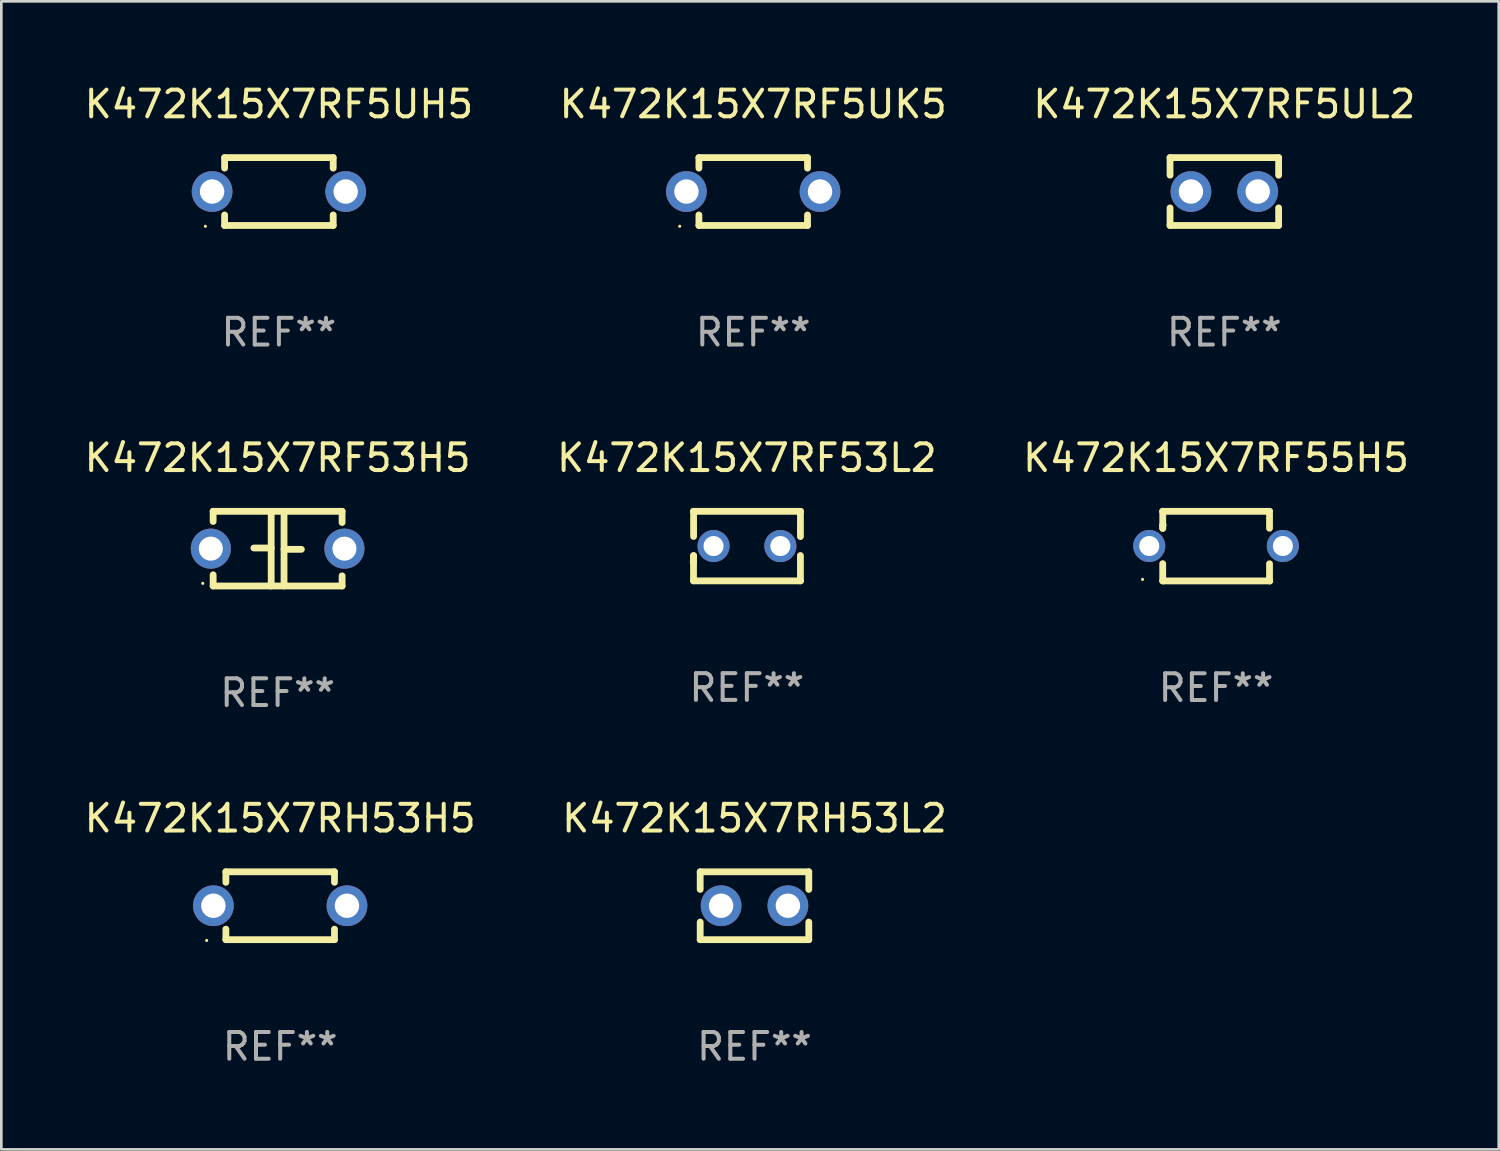
<source format=kicad_pcb>
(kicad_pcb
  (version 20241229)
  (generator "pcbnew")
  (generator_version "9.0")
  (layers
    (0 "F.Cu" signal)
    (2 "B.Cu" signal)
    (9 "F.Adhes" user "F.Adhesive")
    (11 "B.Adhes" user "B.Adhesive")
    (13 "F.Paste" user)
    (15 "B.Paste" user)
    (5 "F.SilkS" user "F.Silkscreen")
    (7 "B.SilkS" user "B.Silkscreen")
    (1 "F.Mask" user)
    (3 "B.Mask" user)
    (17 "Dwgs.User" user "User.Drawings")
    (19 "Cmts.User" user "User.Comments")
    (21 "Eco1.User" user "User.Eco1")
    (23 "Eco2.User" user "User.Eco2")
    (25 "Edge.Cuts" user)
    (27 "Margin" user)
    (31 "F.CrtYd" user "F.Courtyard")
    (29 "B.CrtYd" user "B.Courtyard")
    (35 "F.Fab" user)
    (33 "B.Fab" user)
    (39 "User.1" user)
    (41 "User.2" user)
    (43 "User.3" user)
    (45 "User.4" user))
  (footprint "K472K15X7RH53L2"
    (layer "F.Cu")
    (at 25.185 30.845)
    (property "Reference" "K472K15X7RH53L2" (at 0 -3.27 0) (layer "F.SilkS") (effects (font (size 1 1) (thickness 0.15))))
    (attr through_hole)
    (fp_line (start -2.032 -1.27) (end -2.032 -0.611) (stroke (width 0.254) (type solid)) (layer "F.SilkS"))
    (fp_line (start -2.032 0.611) (end -2.032 1.27) (stroke (width 0.254) (type solid)) (layer "F.SilkS"))
    (fp_line (start -2.032 1.27) (end 2.032 1.27) (stroke (width 0.254) (type solid)) (layer "F.SilkS"))
    (fp_line (start 2.032 -1.27) (end -2.032 -1.27) (stroke (width 0.254) (type solid)) (layer "F.SilkS"))
    (fp_line (start 2.032 -0.611) (end 2.032 -1.27) (stroke (width 0.254) (type solid)) (layer "F.SilkS"))
    (fp_line (start 2.032 1.27) (end 2.032 0.611) (stroke (width 0.254) (type solid)) (layer "F.SilkS"))
    (fp_circle (center -2 1.3) (end -1.97 1.3) (stroke (width 0.06) (type solid)) (fill no) (layer "F.SilkS"))
    (fp_text user "REF**" (at 0 5.27 0) (layer "F.Fab") (effects (font (size 1 1) (thickness 0.15))))
    (pad "1" thru_hole circle (at -1.25 0) (size 1.524 1.524) (drill 0.914) (layers "*.Cu" "*.Mask"))
    (pad "2" thru_hole circle (at 1.25 0) (size 1.524 1.524) (drill 0.914) (layers "*.Cu" "*.Mask")))
  (footprint "K472K15X7RF53H5"
    (layer "F.Cu")
    (at 7.339 17.482)
    (property "Reference" "K472K15X7RF53H5" (at 0 -3.397 0) (layer "F.SilkS") (effects (font (size 1 1) (thickness 0.15))))
    (attr through_hole)
    (fp_line (start -2.413 -1.397) (end 2.413 -1.397) (stroke (width 0.254) (type solid)) (layer "F.SilkS"))
    (fp_line (start -2.413 -1.016) (end -2.413 -1.397) (stroke (width 0.254) (type solid)) (layer "F.SilkS"))
    (fp_line (start -2.413 0.977) (end -2.413 1.397) (stroke (width 0.254) (type solid)) (layer "F.SilkS"))
    (fp_line (start -0.24 -0.025) (end -0.889 -0.025) (stroke (width 0.254) (type solid)) (layer "F.SilkS"))
    (fp_line (start -0.24 1.397) (end -0.24 -1.397) (stroke (width 0.254) (type solid)) (layer "F.SilkS"))
    (fp_line (start 0.24 -1.397) (end 0.24 1.397) (stroke (width 0.254) (type solid)) (layer "F.SilkS"))
    (fp_line (start 0.24 0.025) (end 0.889 0.025) (stroke (width 0.254) (type solid)) (layer "F.SilkS"))
    (fp_line (start 2.413 -0.977) (end 2.413 -1.397) (stroke (width 0.254) (type solid)) (layer "F.SilkS"))
    (fp_line (start 2.413 1.016) (end 2.413 1.397) (stroke (width 0.254) (type solid)) (layer "F.SilkS"))
    (fp_line (start 2.413 1.397) (end -2.413 1.397) (stroke (width 0.254) (type solid)) (layer "F.SilkS"))
    (fp_circle (center -2.8 1.3) (end -2.77 1.3) (stroke (width 0.06) (type solid)) (fill no) (layer "F.SilkS"))
    (fp_text user "REF**" (at 0 5.397 0) (layer "F.Fab") (effects (font (size 1 1) (thickness 0.15))))
    (pad "1" thru_hole circle (at -2.5 0) (size 1.5 1.5) (drill 0.9) (layers "*.Cu" "*.Mask"))
    (pad "2" thru_hole circle (at 2.5 0) (size 1.5 1.5) (drill 0.9) (layers "*.Cu" "*.Mask")))
  (footprint "K472K15X7RF53L2"
    (layer "F.Cu")
    (at 24.899 17.386)
    (property "Reference" "K472K15X7RF53L2" (at 0 -3.301 0) (layer "F.SilkS") (effects (font (size 1 1) (thickness 0.15))))
    (attr through_hole)
    (fp_line (start -1.996 0.354) (end -1.996 1.301) (stroke (width 0.254) (type solid)) (layer "F.SilkS"))
    (fp_line (start -1.996 1.301) (end 2.002 1.301) (stroke (width 0.254) (type solid)) (layer "F.SilkS"))
    (fp_line (start -1.993 -1.299) (end -1.993 -0.36) (stroke (width 0.254) (type solid)) (layer "F.SilkS"))
    (fp_line (start -1.993 0.358) (end -1.993 0.599) (stroke (width 0.254) (type solid)) (layer "F.SilkS"))
    (fp_line (start -1.993 0.599) (end -2.005 0.61) (stroke (width 0.254) (type solid)) (layer "F.SilkS"))
    (fp_line (start -1.992 -1.301) (end -1.993 -1.299) (stroke (width 0.254) (type solid)) (layer "F.SilkS"))
    (fp_line (start 2.002 1.301) (end 2.005 1.298) (stroke (width 0.254) (type solid)) (layer "F.SilkS"))
    (fp_line (start 2.003 -1.301) (end -1.992 -1.301) (stroke (width 0.254) (type solid)) (layer "F.SilkS"))
    (fp_line (start 2.005 -1.299) (end 2.003 -1.301) (stroke (width 0.254) (type solid)) (layer "F.SilkS"))
    (fp_line (start 2.005 -0.355) (end 2.005 -1.299) (stroke (width 0.254) (type solid)) (layer "F.SilkS"))
    (fp_line (start 2.005 1.298) (end 2.005 0.352) (stroke (width 0.254) (type solid)) (layer "F.SilkS"))
    (fp_circle (center -1.996 1.299) (end -1.966 1.299) (stroke (width 0.06) (type solid)) (fill no) (layer "F.SilkS"))
    (fp_text user "REF**" (at 0 5.301 0) (layer "F.Fab") (effects (font (size 1 1) (thickness 0.15))))
    (pad "1" thru_hole circle (at -1.246 -0.001) (size 1.2 1.2) (drill 0.75) (layers "*.Cu" "*.Mask"))
    (pad "2" thru_hole circle (at 1.255 -0.001) (size 1.2 1.2) (drill 0.75) (layers "*.Cu" "*.Mask")))
  (footprint "K472K15X7RF5UL2"
    (layer "F.Cu")
    (at 42.768 4.118)
    (property "Reference" "K472K15X7RF5UL2" (at 0 -3.27 0) (layer "F.SilkS") (effects (font (size 1 1) (thickness 0.15))))
    (attr through_hole)
    (fp_line (start -2.032 -1.27) (end -2.032 -0.611) (stroke (width 0.254) (type solid)) (layer "F.SilkS"))
    (fp_line (start -2.032 0.611) (end -2.032 1.27) (stroke (width 0.254) (type solid)) (layer "F.SilkS"))
    (fp_line (start -2.032 1.27) (end 2.032 1.27) (stroke (width 0.254) (type solid)) (layer "F.SilkS"))
    (fp_line (start 2.032 -1.27) (end -2.032 -1.27) (stroke (width 0.254) (type solid)) (layer "F.SilkS"))
    (fp_line (start 2.032 -0.611) (end 2.032 -1.27) (stroke (width 0.254) (type solid)) (layer "F.SilkS"))
    (fp_line (start 2.032 1.27) (end 2.032 0.611) (stroke (width 0.254) (type solid)) (layer "F.SilkS"))
    (fp_circle (center -2 1.3) (end -1.97 1.3) (stroke (width 0.06) (type solid)) (fill no) (layer "F.SilkS"))
    (fp_text user "REF**" (at 0 5.27 0) (layer "F.Fab") (effects (font (size 1 1) (thickness 0.15))))
    (pad "1" thru_hole circle (at -1.25 0) (size 1.524 1.524) (drill 0.914) (layers "*.Cu" "*.Mask"))
    (pad "2" thru_hole circle (at 1.25 0) (size 1.524 1.524) (drill 0.914) (layers "*.Cu" "*.Mask")))
  (footprint "K472K15X7RH53H5"
    (layer "F.Cu")
    (at 7.435 30.845)
    (property "Reference" "K472K15X7RH53H5" (at 0 -3.27 0) (layer "F.SilkS") (effects (font (size 1 1) (thickness 0.15))))
    (attr through_hole)
    (fp_line (start -2.032 -1.27) (end -2.032 -0.876) (stroke (width 0.254) (type solid)) (layer "F.SilkS"))
    (fp_line (start -2.032 0.876) (end -2.032 1.27) (stroke (width 0.254) (type solid)) (layer "F.SilkS"))
    (fp_line (start -2.032 1.27) (end 2.032 1.27) (stroke (width 0.254) (type solid)) (layer "F.SilkS"))
    (fp_line (start 2.032 -1.27) (end -2.032 -1.27) (stroke (width 0.254) (type solid)) (layer "F.SilkS"))
    (fp_line (start 2.032 -0.876) (end 2.032 -1.27) (stroke (width 0.254) (type solid)) (layer "F.SilkS"))
    (fp_line (start 2.032 1.27) (end 2.032 0.876) (stroke (width 0.254) (type solid)) (layer "F.SilkS"))
    (fp_circle (center -2.751 1.3) (end -2.721 1.3) (stroke (width 0.06) (type solid)) (fill no) (layer "F.SilkS"))
    (fp_text user "REF**" (at 0 5.27 0) (layer "F.Fab") (effects (font (size 1 1) (thickness 0.15))))
    (pad "1" thru_hole circle (at -2.5 0) (size 1.524 1.524) (drill 0.914) (layers "*.Cu" "*.Mask"))
    (pad "2" thru_hole circle (at 2.5 0) (size 1.524 1.524) (drill 0.914) (layers "*.Cu" "*.Mask")))
  (footprint "K472K15X7RF5UK5"
    (layer "F.Cu")
    (at 25.137 4.118)
    (property "Reference" "K472K15X7RF5UK5" (at 0 -3.27 0) (layer "F.SilkS") (effects (font (size 1 1) (thickness 0.15))))
    (attr through_hole)
    (fp_line (start -2.032 -1.27) (end -2.032 -0.876) (stroke (width 0.254) (type solid)) (layer "F.SilkS"))
    (fp_line (start -2.032 0.876) (end -2.032 1.27) (stroke (width 0.254) (type solid)) (layer "F.SilkS"))
    (fp_line (start -2.032 1.27) (end 2.032 1.27) (stroke (width 0.254) (type solid)) (layer "F.SilkS"))
    (fp_line (start 2.032 -1.27) (end -2.032 -1.27) (stroke (width 0.254) (type solid)) (layer "F.SilkS"))
    (fp_line (start 2.032 -0.876) (end 2.032 -1.27) (stroke (width 0.254) (type solid)) (layer "F.SilkS"))
    (fp_line (start 2.032 1.27) (end 2.032 0.876) (stroke (width 0.254) (type solid)) (layer "F.SilkS"))
    (fp_circle (center -2.751 1.3) (end -2.721 1.3) (stroke (width 0.06) (type solid)) (fill no) (layer "F.SilkS"))
    (fp_text user "REF**" (at 0 5.27 0) (layer "F.Fab") (effects (font (size 1 1) (thickness 0.15))))
    (pad "1" thru_hole circle (at -2.5 0) (size 1.524 1.524) (drill 0.914) (layers "*.Cu" "*.Mask"))
    (pad "2" thru_hole circle (at 2.5 0) (size 1.524 1.524) (drill 0.914) (layers "*.Cu" "*.Mask")))
  (footprint "K472K15X7RF55H5"
    (layer "F.Cu")
    (at 42.458 17.388)
    (property "Reference" "K472K15X7RF55H5" (at 0 -3.303 0) (layer "F.SilkS") (effects (font (size 1 1) (thickness 0.15))))
    (attr through_hole)
    (fp_line (start -1.996 -0.782) (end -1.983 -0.795) (stroke (width 0.254) (type solid)) (layer "F.SilkS"))
    (fp_line (start -1.996 -0.665) (end -1.996 -0.782) (stroke (width 0.254) (type solid)) (layer "F.SilkS"))
    (fp_line (start -1.996 1.297) (end -1.996 0.655) (stroke (width 0.254) (type solid)) (layer "F.SilkS"))
    (fp_line (start -1.996 -1.303) (end 2.001 -1.303) (stroke (width 0.254) (type solid)) (layer "F.SilkS"))
    (fp_line (start -1.995 -1.303) (end -1.996 -1.303) (stroke (width 0.254) (type solid)) (layer "F.SilkS"))
    (fp_line (start -1.995 -0.664) (end -1.995 -1.303) (stroke (width 0.254) (type solid)) (layer "F.SilkS"))
    (fp_line (start -1.99 1.303) (end -1.996 1.297) (stroke (width 0.254) (type solid)) (layer "F.SilkS"))
    (fp_line (start 2.001 -1.303) (end 2.001 -0.669) (stroke (width 0.254) (type solid)) (layer "F.SilkS"))
    (fp_line (start 2.001 0.659) (end 2.001 1.297) (stroke (width 0.254) (type solid)) (layer "F.SilkS"))
    (fp_line (start 2.001 1.297) (end 2.008 1.303) (stroke (width 0.254) (type solid)) (layer "F.SilkS"))
    (fp_line (start 2.008 1.303) (end -1.99 1.303) (stroke (width 0.254) (type solid)) (layer "F.SilkS"))
    (fp_circle (center -2.75 1.245) (end -2.72 1.245) (stroke (width 0.06) (type solid)) (fill no) (layer "F.SilkS"))
    (fp_text user "REF**" (at 0 5.303 0) (layer "F.Fab") (effects (font (size 1 1) (thickness 0.15))))
    (pad "1" thru_hole circle (at -2.5 -0.005) (size 1.2 1.2) (drill 0.75) (layers "*.Cu" "*.Mask"))
    (pad "2" thru_hole circle (at 2.5 -0.005) (size 1.2 1.2) (drill 0.75) (layers "*.Cu" "*.Mask")))
  (footprint "K472K15X7RF5UH5"
    (layer "F.Cu")
    (at 7.387 4.118)
    (property "Reference" "K472K15X7RF5UH5" (at 0 -3.27 0) (layer "F.SilkS") (effects (font (size 1 1) (thickness 0.15))))
    (attr through_hole)
    (fp_line (start -2.032 -1.27) (end -2.032 -0.876) (stroke (width 0.254) (type solid)) (layer "F.SilkS"))
    (fp_line (start -2.032 0.876) (end -2.032 1.27) (stroke (width 0.254) (type solid)) (layer "F.SilkS"))
    (fp_line (start -2.032 1.27) (end 2.032 1.27) (stroke (width 0.254) (type solid)) (layer "F.SilkS"))
    (fp_line (start 2.032 -1.27) (end -2.032 -1.27) (stroke (width 0.254) (type solid)) (layer "F.SilkS"))
    (fp_line (start 2.032 -0.876) (end 2.032 -1.27) (stroke (width 0.254) (type solid)) (layer "F.SilkS"))
    (fp_line (start 2.032 1.27) (end 2.032 0.876) (stroke (width 0.254) (type solid)) (layer "F.SilkS"))
    (fp_circle (center -2.751 1.3) (end -2.721 1.3) (stroke (width 0.06) (type solid)) (fill no) (layer "F.SilkS"))
    (fp_text user "REF**" (at 0 5.27 0) (layer "F.Fab") (effects (font (size 1 1) (thickness 0.15))))
    (pad "1" thru_hole circle (at -2.5 0) (size 1.524 1.524) (drill 0.914) (layers "*.Cu" "*.Mask"))
    (pad "2" thru_hole circle (at 2.5 0) (size 1.524 1.524) (drill 0.914) (layers "*.Cu" "*.Mask")))
  (gr_rect
    (start -3 -3)
    (end 53.036 39.964)
    (stroke (width 0.1) (type default))
    (fill no)
    (layer "Edge.Cuts")))
</source>
